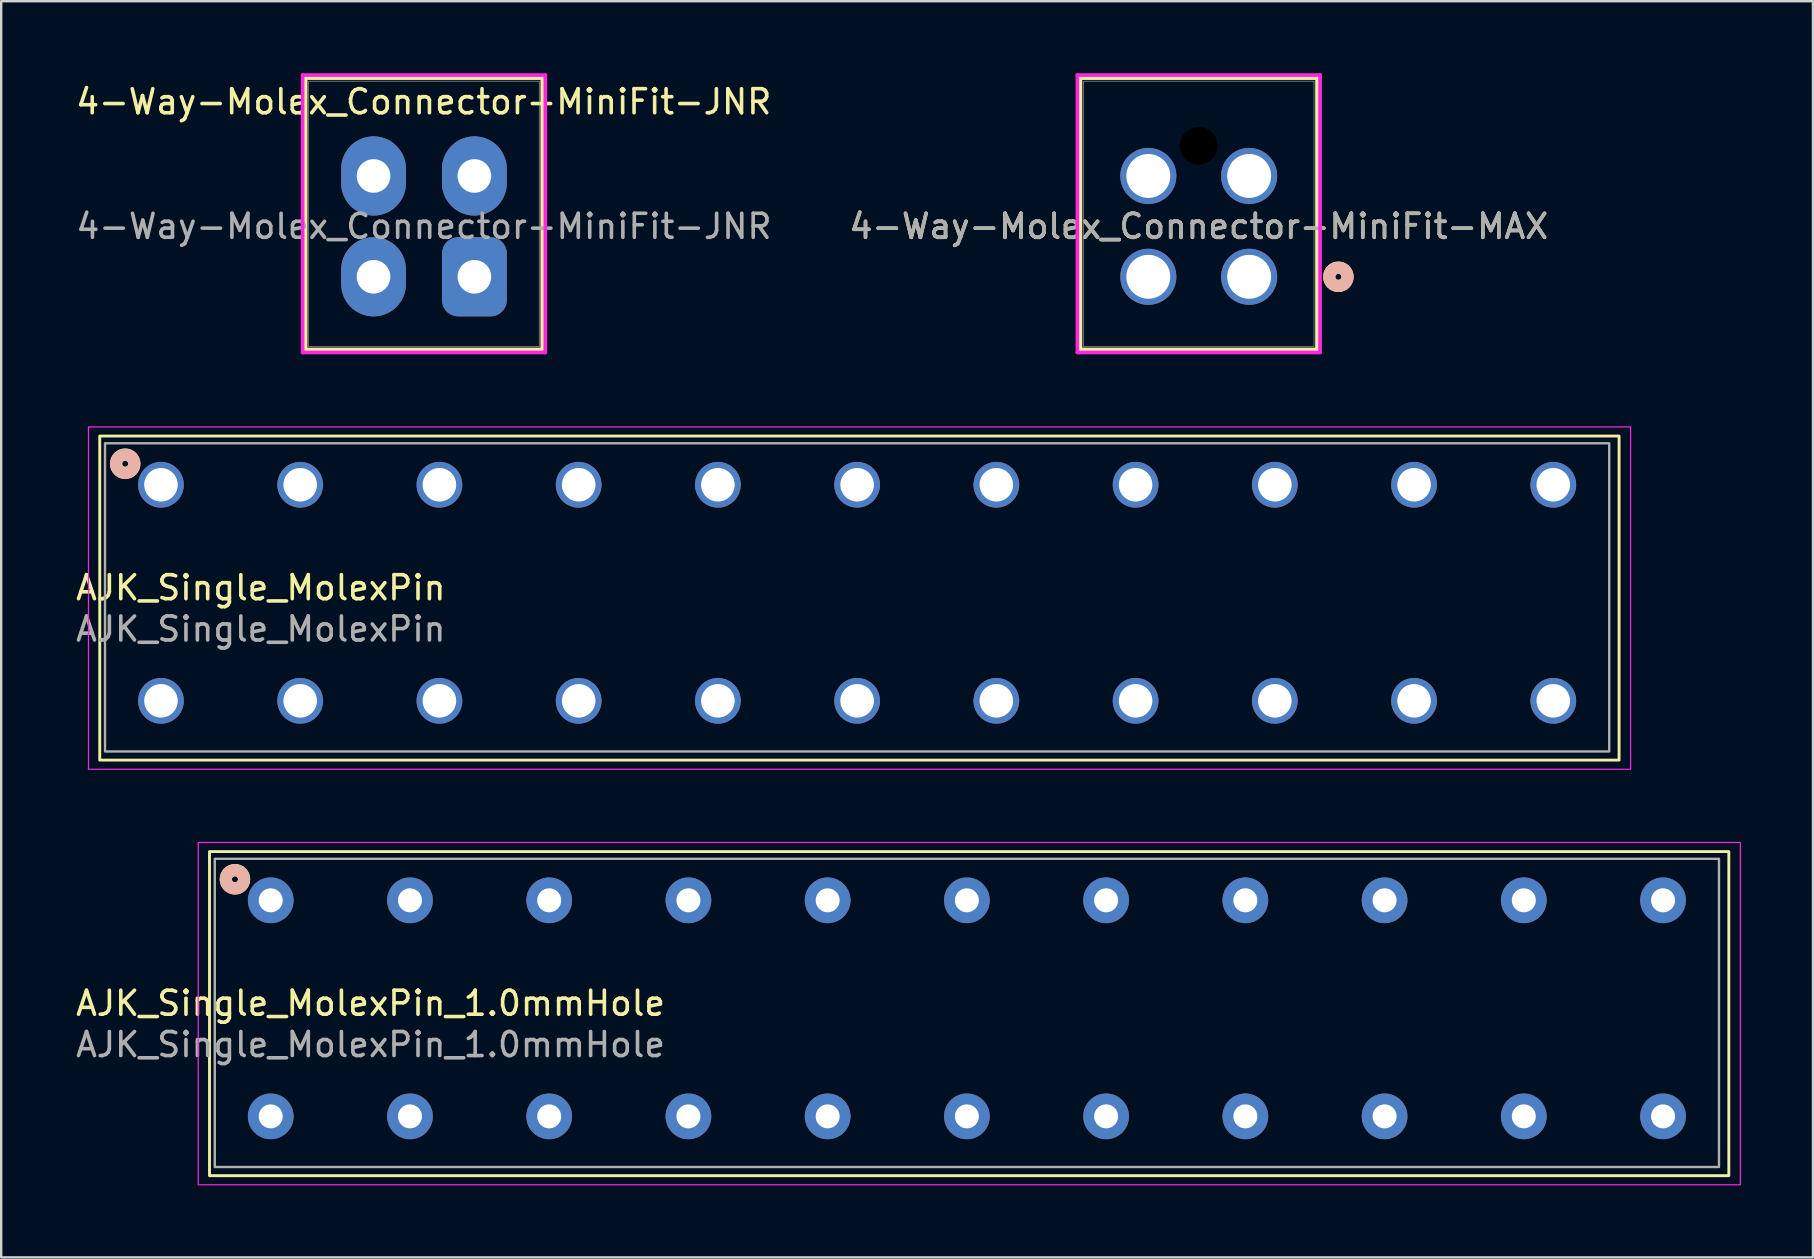
<source format=kicad_pcb>
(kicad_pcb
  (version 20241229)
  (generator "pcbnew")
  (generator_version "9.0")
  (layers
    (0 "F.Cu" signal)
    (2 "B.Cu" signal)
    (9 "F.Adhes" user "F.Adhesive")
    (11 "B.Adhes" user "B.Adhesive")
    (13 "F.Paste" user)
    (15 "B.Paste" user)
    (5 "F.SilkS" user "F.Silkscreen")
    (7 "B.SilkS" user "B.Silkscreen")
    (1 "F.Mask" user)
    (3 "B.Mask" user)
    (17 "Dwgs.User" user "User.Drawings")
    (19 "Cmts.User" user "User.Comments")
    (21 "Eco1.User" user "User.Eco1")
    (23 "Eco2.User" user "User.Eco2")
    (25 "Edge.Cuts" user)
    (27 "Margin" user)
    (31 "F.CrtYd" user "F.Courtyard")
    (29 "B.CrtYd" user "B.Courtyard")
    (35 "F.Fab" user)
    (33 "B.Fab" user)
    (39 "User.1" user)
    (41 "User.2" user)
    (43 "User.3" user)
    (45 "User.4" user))
  (footprint "4-Way-Molex_Connector-MiniFit-JNR"
    (layer "F.Cu")
    (at 16.711 8.48)
    (property "Reference" "4-Way-Molex_Connector-MiniFit-JNR" (at -2.11 -7.29 0) (unlocked yes) (layer "F.SilkS") (effects (font (size 1 1) (thickness 0.15))))
    (attr through_hole)
    (fp_line (start -7.028 -8.277) (end -7.028 3.026) (stroke (width 0.152) (type solid)) (layer "F.SilkS"))
    (fp_line (start -7.028 3.026) (end 2.828 3.026) (stroke (width 0.152) (type solid)) (layer "F.SilkS"))
    (fp_line (start 2.828 -8.277) (end -7.028 -8.277) (stroke (width 0.152) (type solid)) (layer "F.SilkS"))
    (fp_line (start 2.828 3.026) (end 2.828 -8.277) (stroke (width 0.152) (type solid)) (layer "F.SilkS"))
    (fp_line (start -7.155 -8.404) (end -7.155 3.153) (stroke (width 0.152) (type solid)) (layer "F.CrtYd"))
    (fp_line (start -7.155 3.153) (end 2.955 3.153) (stroke (width 0.152) (type solid)) (layer "F.CrtYd"))
    (fp_line (start 2.955 -8.404) (end -7.155 -8.404) (stroke (width 0.152) (type solid)) (layer "F.CrtYd"))
    (fp_line (start 2.955 3.153) (end 2.955 -8.404) (stroke (width 0.152) (type solid)) (layer "F.CrtYd"))
    (fp_line (start -6.901 -8.15) (end -6.901 2.899) (stroke (width 0.025) (type solid)) (layer "F.Fab"))
    (fp_line (start -6.901 2.899) (end 2.701 2.899) (stroke (width 0.025) (type solid)) (layer "F.Fab"))
    (fp_line (start 2.701 -8.15) (end -6.901 -8.15) (stroke (width 0.025) (type solid)) (layer "F.Fab"))
    (fp_line (start 2.701 2.899) (end 2.701 -8.15) (stroke (width 0.025) (type solid)) (layer "F.Fab"))
    (fp_circle (center 0 0) (end 0.381 0) (stroke (width 0.508) (type solid)) (fill no) (layer "F.Fab"))
    (fp_text user "${REFERENCE}" (at -2.1 -2.1 0) (unlocked yes) (layer "F.Fab") (effects (font (size 1 1) (thickness 0.15))))
    (pad "1" thru_hole roundrect (at 0 0) (size 2.7 3.3) (drill 1.4) (layers "*.Cu" "*.Mask") (roundrect_rratio 0.25))
    (pad "2" thru_hole oval (at -4.2 0) (size 2.7 3.3) (drill 1.4) (layers "*.Cu" "*.Mask"))
    (pad "3" thru_hole oval (at 0 -4.2) (size 2.7 3.3) (drill 1.4) (layers "*.Cu" "*.Mask"))
    (pad "4" thru_hole oval (at -4.2 -4.2) (size 2.7 3.3) (drill 1.4) (layers "*.Cu" "*.Mask")))
  (footprint "AJK_Single_MolexPin_1.0mmHole"
    (layer "F.Cu")
    (at 8.227 34.454)
    (property "Reference" "AJK_Single_MolexPin_1.0mmHole" (at 4.16 4.29 0) (unlocked yes) (layer "F.SilkS") (effects (font (size 1 1) (thickness 0.15))))
    (attr through_hole)
    (fp_rect (start -2.55 -2.03) (end 60.74 11.47) (stroke (width 0.12) (type solid)) (fill no) (layer "F.SilkS"))
    (fp_circle (center -1.49 -0.88) (end -1.109 -0.88) (stroke (width 0.508) (type solid)) (fill no) (layer "F.SilkS"))
    (fp_circle (center -1.49 -0.87) (end -1.109 -0.87) (stroke (width 0.508) (type solid)) (fill no) (layer "B.SilkS"))
    (fp_rect (start -3.02 -2.41) (end 61.22 11.85) (stroke (width 0.05) (type solid)) (fill no) (layer "F.CrtYd"))
    (fp_rect (start -2.33 -1.73) (end 60.33 11.11) (stroke (width 0.1) (type solid)) (fill no) (layer "F.Fab"))
    (fp_text user "${REFERENCE}" (at 4.16 6.01 0) (unlocked yes) (layer "F.Fab") (effects (font (size 1 1) (thickness 0.15))))
    (pad "1" thru_hole circle (at 0 0) (size 1.905 1.905) (drill 1) (layers "*.Cu" "*.Mask"))
    (pad "2" thru_hole circle (at 5.8 0) (size 1.905 1.905) (drill 1) (layers "*.Cu" "*.Mask"))
    (pad "3" thru_hole circle (at 11.6 0) (size 1.905 1.905) (drill 1) (layers "*.Cu" "*.Mask"))
    (pad "4" thru_hole circle (at 17.4 0) (size 1.905 1.905) (drill 1) (layers "*.Cu" "*.Mask"))
    (pad "5" thru_hole circle (at 23.2 0) (size 1.905 1.905) (drill 1) (layers "*.Cu" "*.Mask"))
    (pad "6" thru_hole circle (at 29 0) (size 1.905 1.905) (drill 1) (layers "*.Cu" "*.Mask"))
    (pad "7" thru_hole circle (at 34.8 0) (size 1.905 1.905) (drill 1) (layers "*.Cu" "*.Mask"))
    (pad "8" thru_hole circle (at 40.6 0) (size 1.905 1.905) (drill 1) (layers "*.Cu" "*.Mask"))
    (pad "9" thru_hole circle (at 46.4 0) (size 1.905 1.905) (drill 1) (layers "*.Cu" "*.Mask"))
    (pad "10" thru_hole circle (at 52.2 0) (size 1.905 1.905) (drill 1) (layers "*.Cu" "*.Mask"))
    (pad "11" thru_hole circle (at 58 0) (size 1.905 1.905) (drill 1) (layers "*.Cu" "*.Mask"))
    (pad "12" thru_hole circle (at 0 9) (size 1.905 1.905) (drill 1) (layers "*.Cu" "*.Mask"))
    (pad "13" thru_hole circle (at 5.8 9) (size 1.905 1.905) (drill 1) (layers "*.Cu" "*.Mask"))
    (pad "14" thru_hole circle (at 11.6 9) (size 1.905 1.905) (drill 1) (layers "*.Cu" "*.Mask"))
    (pad "15" thru_hole circle (at 17.4 9) (size 1.905 1.905) (drill 1) (layers "*.Cu" "*.Mask"))
    (pad "16" thru_hole circle (at 23.2 9) (size 1.905 1.905) (drill 1) (layers "*.Cu" "*.Mask"))
    (pad "17" thru_hole circle (at 29 9) (size 1.905 1.905) (drill 1) (layers "*.Cu" "*.Mask"))
    (pad "18" thru_hole circle (at 34.8 9) (size 1.905 1.905) (drill 1) (layers "*.Cu" "*.Mask"))
    (pad "19" thru_hole circle (at 40.6 9) (size 1.905 1.905) (drill 1) (layers "*.Cu" "*.Mask"))
    (pad "20" thru_hole circle (at 46.4 9) (size 1.905 1.905) (drill 1) (layers "*.Cu" "*.Mask"))
    (pad "21" thru_hole circle (at 52.2 9) (size 1.905 1.905) (drill 1) (layers "*.Cu" "*.Mask"))
    (pad "22" thru_hole circle (at 58 9) (size 1.905 1.905) (drill 1) (layers "*.Cu" "*.Mask")))
  (footprint "4-Way-Molex_Connector-MiniFit-MAX"
    (layer "F.Cu")
    (at 48.985 8.48)
    (property "Reference" "4-Way-Molex_Connector-MiniFit-MAX" (at -2.1 -2.1 0) (unlocked yes) (layer "F.SilkS") (effects (font (size 1 1) (thickness 0.15))))
    (attr through_hole)
    (fp_line (start -7.028 -8.277) (end -7.028 3.026) (stroke (width 0.152) (type solid)) (layer "F.SilkS"))
    (fp_line (start -7.028 3.026) (end 2.828 3.026) (stroke (width 0.152) (type solid)) (layer "F.SilkS"))
    (fp_line (start 2.828 -8.277) (end -7.028 -8.277) (stroke (width 0.152) (type solid)) (layer "F.SilkS"))
    (fp_line (start 2.828 3.026) (end 2.828 -8.277) (stroke (width 0.152) (type solid)) (layer "F.SilkS"))
    (fp_circle (center 3.717 0) (end 4.098 0) (stroke (width 0.508) (type solid)) (fill no) (layer "F.SilkS"))
    (fp_circle (center 3.717 0) (end 4.098 0) (stroke (width 0.508) (type solid)) (fill no) (layer "B.SilkS"))
    (fp_line (start -7.155 -8.404) (end -7.155 3.153) (stroke (width 0.152) (type solid)) (layer "F.CrtYd"))
    (fp_line (start -7.155 3.153) (end 2.955 3.153) (stroke (width 0.152) (type solid)) (layer "F.CrtYd"))
    (fp_line (start 2.955 -8.404) (end -7.155 -8.404) (stroke (width 0.152) (type solid)) (layer "F.CrtYd"))
    (fp_line (start 2.955 3.153) (end 2.955 -8.404) (stroke (width 0.152) (type solid)) (layer "F.CrtYd"))
    (fp_line (start -6.901 -8.15) (end -6.901 2.899) (stroke (width 0.025) (type solid)) (layer "F.Fab"))
    (fp_line (start -6.901 2.899) (end 2.701 2.899) (stroke (width 0.025) (type solid)) (layer "F.Fab"))
    (fp_line (start 2.701 -8.15) (end -6.901 -8.15) (stroke (width 0.025) (type solid)) (layer "F.Fab"))
    (fp_line (start 2.701 2.899) (end 2.701 -8.15) (stroke (width 0.025) (type solid)) (layer "F.Fab"))
    (fp_circle (center 0 0) (end 0.381 0) (stroke (width 0.508) (type solid)) (fill no) (layer "F.Fab"))
    (fp_text user "${REFERENCE}" (at -2.1 -2.1 0) (unlocked yes) (layer "F.Fab") (effects (font (size 1 1) (thickness 0.15))))
    (pad "" np_thru_hole circle (at -2.1 -5.46) (size 1.575 1.575) (drill 1.575) (layers))
    (pad "1" thru_hole circle (at 0 0) (size 2.337 2.337) (drill 1.829) (layers "*.Cu" "*.Mask"))
    (pad "2" thru_hole circle (at -4.2 0) (size 2.337 2.337) (drill 1.829) (layers "*.Cu" "*.Mask"))
    (pad "3" thru_hole circle (at 0 -4.2) (size 2.337 2.337) (drill 1.829) (layers "*.Cu" "*.Mask"))
    (pad "4" thru_hole circle (at -4.2 -4.2) (size 2.337 2.337) (drill 1.829) (layers "*.Cu" "*.Mask")))
  (footprint "AJK_Single_MolexPin"
    (layer "F.Cu")
    (at 3.655 17.144)
    (property "Reference" "AJK_Single_MolexPin" (at 4.16 4.29 0) (unlocked yes) (layer "F.SilkS") (effects (font (size 1 1) (thickness 0.15))))
    (attr through_hole)
    (fp_rect (start -2.55 -2.03) (end 60.74 11.47) (stroke (width 0.12) (type solid)) (fill no) (layer "F.SilkS"))
    (fp_circle (center -1.49 -0.88) (end -1.109 -0.88) (stroke (width 0.508) (type solid)) (fill no) (layer "F.SilkS"))
    (fp_circle (center -1.49 -0.87) (end -1.109 -0.87) (stroke (width 0.508) (type solid)) (fill no) (layer "B.SilkS"))
    (fp_rect (start -3.02 -2.41) (end 61.22 11.85) (stroke (width 0.05) (type solid)) (fill no) (layer "F.CrtYd"))
    (fp_rect (start -2.33 -1.73) (end 60.33 11.11) (stroke (width 0.1) (type solid)) (fill no) (layer "F.Fab"))
    (fp_text user "${REFERENCE}" (at 4.16 6.01 0) (unlocked yes) (layer "F.Fab") (effects (font (size 1 1) (thickness 0.15))))
    (pad "1" thru_hole circle (at 0 0) (size 1.905 1.905) (drill 1.397) (layers "*.Cu" "*.Mask"))
    (pad "2" thru_hole circle (at 5.8 0) (size 1.905 1.905) (drill 1.397) (layers "*.Cu" "*.Mask"))
    (pad "3" thru_hole circle (at 11.6 0) (size 1.905 1.905) (drill 1.397) (layers "*.Cu" "*.Mask"))
    (pad "4" thru_hole circle (at 17.4 0) (size 1.905 1.905) (drill 1.397) (layers "*.Cu" "*.Mask"))
    (pad "5" thru_hole circle (at 23.2 0) (size 1.905 1.905) (drill 1.397) (layers "*.Cu" "*.Mask"))
    (pad "6" thru_hole circle (at 29 0) (size 1.905 1.905) (drill 1.397) (layers "*.Cu" "*.Mask"))
    (pad "7" thru_hole circle (at 34.8 0) (size 1.905 1.905) (drill 1.397) (layers "*.Cu" "*.Mask"))
    (pad "8" thru_hole circle (at 40.6 0) (size 1.905 1.905) (drill 1.397) (layers "*.Cu" "*.Mask"))
    (pad "9" thru_hole circle (at 46.4 0) (size 1.905 1.905) (drill 1.397) (layers "*.Cu" "*.Mask"))
    (pad "10" thru_hole circle (at 52.2 0) (size 1.905 1.905) (drill 1.397) (layers "*.Cu" "*.Mask"))
    (pad "11" thru_hole circle (at 58 0) (size 1.905 1.905) (drill 1.397) (layers "*.Cu" "*.Mask"))
    (pad "12" thru_hole circle (at 0 9) (size 1.905 1.905) (drill 1.397) (layers "*.Cu" "*.Mask"))
    (pad "13" thru_hole circle (at 5.8 9) (size 1.905 1.905) (drill 1.397) (layers "*.Cu" "*.Mask"))
    (pad "14" thru_hole circle (at 11.6 9) (size 1.905 1.905) (drill 1.397) (layers "*.Cu" "*.Mask"))
    (pad "15" thru_hole circle (at 17.4 9) (size 1.905 1.905) (drill 1.397) (layers "*.Cu" "*.Mask"))
    (pad "16" thru_hole circle (at 23.2 9) (size 1.905 1.905) (drill 1.397) (layers "*.Cu" "*.Mask"))
    (pad "17" thru_hole circle (at 29 9) (size 1.905 1.905) (drill 1.397) (layers "*.Cu" "*.Mask"))
    (pad "18" thru_hole circle (at 34.8 9) (size 1.905 1.905) (drill 1.397) (layers "*.Cu" "*.Mask"))
    (pad "19" thru_hole circle (at 40.6 9) (size 1.905 1.905) (drill 1.397) (layers "*.Cu" "*.Mask"))
    (pad "20" thru_hole circle (at 46.4 9) (size 1.905 1.905) (drill 1.397) (layers "*.Cu" "*.Mask"))
    (pad "21" thru_hole circle (at 52.2 9) (size 1.905 1.905) (drill 1.397) (layers "*.Cu" "*.Mask"))
    (pad "22" thru_hole circle (at 58 9) (size 1.905 1.905) (drill 1.397) (layers "*.Cu" "*.Mask")))
  (gr_rect
    (start -3 -3)
    (end 72.472 49.329)
    (stroke (width 0.1) (type default))
    (fill no)
    (layer "Edge.Cuts")))
</source>
